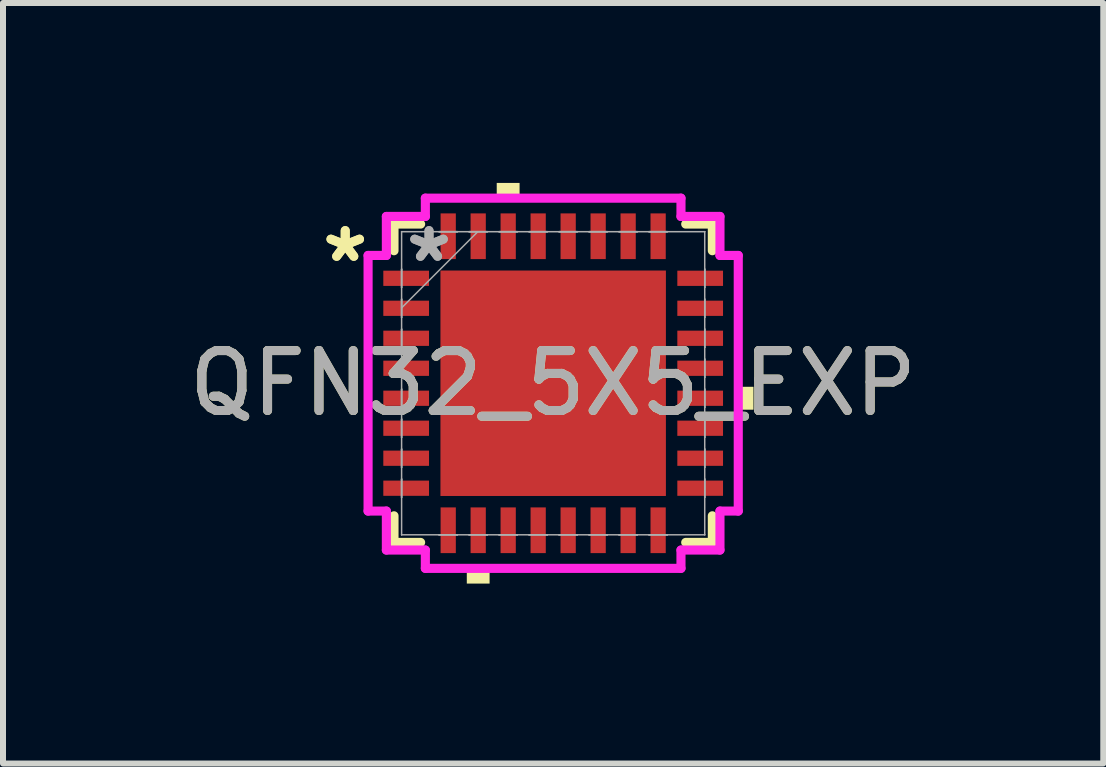
<source format=kicad_pcb>
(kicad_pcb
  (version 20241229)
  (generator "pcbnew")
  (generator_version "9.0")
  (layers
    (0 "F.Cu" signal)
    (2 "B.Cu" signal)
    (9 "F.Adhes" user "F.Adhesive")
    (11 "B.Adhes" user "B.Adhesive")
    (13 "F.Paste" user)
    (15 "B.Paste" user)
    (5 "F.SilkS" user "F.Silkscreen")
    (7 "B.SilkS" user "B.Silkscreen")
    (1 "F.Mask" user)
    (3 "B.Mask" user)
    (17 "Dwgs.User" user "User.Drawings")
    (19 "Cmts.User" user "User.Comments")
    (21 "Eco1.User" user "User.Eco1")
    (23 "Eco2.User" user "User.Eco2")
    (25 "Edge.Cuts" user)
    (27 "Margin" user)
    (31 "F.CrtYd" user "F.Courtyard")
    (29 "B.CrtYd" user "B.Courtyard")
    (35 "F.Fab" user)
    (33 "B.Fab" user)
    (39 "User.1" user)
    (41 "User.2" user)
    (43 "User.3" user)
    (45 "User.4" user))
  (footprint "QFN32_5X5_EXP"
    (layer "F.Cu")
    (at 6.173 3.34)
    (property "Reference" "QFN32_5X5_EXP" (at 0 0 0) (unlocked yes) (layer "F.SilkS") (effects (font (size 1 1) (thickness 0.15))))
    (attr smd)
    (fp_line (start -2.654 -2.654) (end -2.654 -2.21) (stroke (width 0.152) (type solid)) (layer "F.SilkS"))
    (fp_line (start -2.654 2.21) (end -2.654 2.654) (stroke (width 0.152) (type solid)) (layer "F.SilkS"))
    (fp_line (start -2.654 2.654) (end -2.21 2.654) (stroke (width 0.152) (type solid)) (layer "F.SilkS"))
    (fp_line (start -2.21 -2.654) (end -2.654 -2.654) (stroke (width 0.152) (type solid)) (layer "F.SilkS"))
    (fp_line (start 2.21 2.654) (end 2.654 2.654) (stroke (width 0.152) (type solid)) (layer "F.SilkS"))
    (fp_line (start 2.654 -2.654) (end 2.21 -2.654) (stroke (width 0.152) (type solid)) (layer "F.SilkS"))
    (fp_line (start 2.654 -2.21) (end 2.654 -2.654) (stroke (width 0.152) (type solid)) (layer "F.SilkS"))
    (fp_line (start 2.654 2.654) (end 2.654 2.21) (stroke (width 0.152) (type solid)) (layer "F.SilkS"))
    (fp_poly (pts (xy -1.44 3.086) (xy -1.44 3.34) (xy -1.06 3.34) (xy -1.06 3.086)) (stroke (width 0) (type solid)) (fill yes) (layer "F.SilkS"))
    (fp_poly (pts (xy -0.941 -3.086) (xy -0.941 -3.34) (xy -0.56 -3.34) (xy -0.56 -3.086)) (stroke (width 0) (type solid)) (fill yes) (layer "F.SilkS"))
    (fp_poly (pts (xy 3.34 0.059) (xy 3.34 0.441) (xy 3.086 0.441) (xy 3.086 0.059)) (stroke (width 0) (type solid)) (fill yes) (layer "F.SilkS"))
    (fp_poly (pts (xy -1.78 -1.78) (xy -1.78 -0.1) (xy -0.1 -0.1) (xy -0.1 -1.78)) (stroke (width 0) (type solid)) (fill yes) (layer "F.Paste"))
    (fp_poly (pts (xy -1.78 0.1) (xy -1.78 1.78) (xy -0.1 1.78) (xy -0.1 0.1)) (stroke (width 0) (type solid)) (fill yes) (layer "F.Paste"))
    (fp_poly (pts (xy 0.1 -1.78) (xy 0.1 -0.1) (xy 1.78 -0.1) (xy 1.78 -1.78)) (stroke (width 0) (type solid)) (fill yes) (layer "F.Paste"))
    (fp_poly (pts (xy 0.1 0.1) (xy 0.1 1.78) (xy 1.78 1.78) (xy 1.78 0.1)) (stroke (width 0) (type solid)) (fill yes) (layer "F.Paste"))
    (fp_line (start -3.086 -2.131) (end -2.781 -2.131) (stroke (width 0.152) (type solid)) (layer "F.CrtYd"))
    (fp_line (start -3.086 2.131) (end -3.086 -2.131) (stroke (width 0.152) (type solid)) (layer "F.CrtYd"))
    (fp_line (start -2.781 -2.781) (end -2.131 -2.781) (stroke (width 0.152) (type solid)) (layer "F.CrtYd"))
    (fp_line (start -2.781 -2.131) (end -2.781 -2.781) (stroke (width 0.152) (type solid)) (layer "F.CrtYd"))
    (fp_line (start -2.781 2.131) (end -3.086 2.131) (stroke (width 0.152) (type solid)) (layer "F.CrtYd"))
    (fp_line (start -2.781 2.781) (end -2.781 2.131) (stroke (width 0.152) (type solid)) (layer "F.CrtYd"))
    (fp_line (start -2.131 -3.086) (end 2.131 -3.086) (stroke (width 0.152) (type solid)) (layer "F.CrtYd"))
    (fp_line (start -2.131 -2.781) (end -2.131 -3.086) (stroke (width 0.152) (type solid)) (layer "F.CrtYd"))
    (fp_line (start -2.131 2.781) (end -2.781 2.781) (stroke (width 0.152) (type solid)) (layer "F.CrtYd"))
    (fp_line (start -2.131 3.086) (end -2.131 2.781) (stroke (width 0.152) (type solid)) (layer "F.CrtYd"))
    (fp_line (start 2.131 -3.086) (end 2.131 -2.781) (stroke (width 0.152) (type solid)) (layer "F.CrtYd"))
    (fp_line (start 2.131 -2.781) (end 2.781 -2.781) (stroke (width 0.152) (type solid)) (layer "F.CrtYd"))
    (fp_line (start 2.131 2.781) (end 2.131 3.086) (stroke (width 0.152) (type solid)) (layer "F.CrtYd"))
    (fp_line (start 2.131 3.086) (end -2.131 3.086) (stroke (width 0.152) (type solid)) (layer "F.CrtYd"))
    (fp_line (start 2.781 -2.781) (end 2.781 -2.131) (stroke (width 0.152) (type solid)) (layer "F.CrtYd"))
    (fp_line (start 2.781 -2.131) (end 3.086 -2.131) (stroke (width 0.152) (type solid)) (layer "F.CrtYd"))
    (fp_line (start 2.781 2.131) (end 2.781 2.781) (stroke (width 0.152) (type solid)) (layer "F.CrtYd"))
    (fp_line (start 2.781 2.781) (end 2.131 2.781) (stroke (width 0.152) (type solid)) (layer "F.CrtYd"))
    (fp_line (start 3.086 -2.131) (end 3.086 2.131) (stroke (width 0.152) (type solid)) (layer "F.CrtYd"))
    (fp_line (start 3.086 2.131) (end 2.781 2.131) (stroke (width 0.152) (type solid)) (layer "F.CrtYd"))
    (fp_line (start -2.527 -2.527) (end -2.527 -2.527) (stroke (width 0.025) (type solid)) (layer "F.Fab"))
    (fp_line (start -2.527 -2.527) (end -2.527 2.527) (stroke (width 0.025) (type solid)) (layer "F.Fab"))
    (fp_line (start -2.527 -1.902) (end -2.527 -1.902) (stroke (width 0.025) (type solid)) (layer "F.Fab"))
    (fp_line (start -2.527 -1.902) (end -2.527 -1.598) (stroke (width 0.025) (type solid)) (layer "F.Fab"))
    (fp_line (start -2.527 -1.598) (end -2.527 -1.902) (stroke (width 0.025) (type solid)) (layer "F.Fab"))
    (fp_line (start -2.527 -1.598) (end -2.527 -1.598) (stroke (width 0.025) (type solid)) (layer "F.Fab"))
    (fp_line (start -2.527 -1.402) (end -2.527 -1.402) (stroke (width 0.025) (type solid)) (layer "F.Fab"))
    (fp_line (start -2.527 -1.402) (end -2.527 -1.098) (stroke (width 0.025) (type solid)) (layer "F.Fab"))
    (fp_line (start -2.527 -1.257) (end -1.257 -2.527) (stroke (width 0.025) (type solid)) (layer "F.Fab"))
    (fp_line (start -2.527 -1.098) (end -2.527 -1.402) (stroke (width 0.025) (type solid)) (layer "F.Fab"))
    (fp_line (start -2.527 -1.098) (end -2.527 -1.098) (stroke (width 0.025) (type solid)) (layer "F.Fab"))
    (fp_line (start -2.527 -0.902) (end -2.527 -0.902) (stroke (width 0.025) (type solid)) (layer "F.Fab"))
    (fp_line (start -2.527 -0.902) (end -2.527 -0.598) (stroke (width 0.025) (type solid)) (layer "F.Fab"))
    (fp_line (start -2.527 -0.598) (end -2.527 -0.902) (stroke (width 0.025) (type solid)) (layer "F.Fab"))
    (fp_line (start -2.527 -0.598) (end -2.527 -0.598) (stroke (width 0.025) (type solid)) (layer "F.Fab"))
    (fp_line (start -2.527 -0.402) (end -2.527 -0.402) (stroke (width 0.025) (type solid)) (layer "F.Fab"))
    (fp_line (start -2.527 -0.402) (end -2.527 -0.098) (stroke (width 0.025) (type solid)) (layer "F.Fab"))
    (fp_line (start -2.527 -0.098) (end -2.527 -0.402) (stroke (width 0.025) (type solid)) (layer "F.Fab"))
    (fp_line (start -2.527 -0.098) (end -2.527 -0.098) (stroke (width 0.025) (type solid)) (layer "F.Fab"))
    (fp_line (start -2.527 0.098) (end -2.527 0.098) (stroke (width 0.025) (type solid)) (layer "F.Fab"))
    (fp_line (start -2.527 0.098) (end -2.527 0.402) (stroke (width 0.025) (type solid)) (layer "F.Fab"))
    (fp_line (start -2.527 0.402) (end -2.527 0.098) (stroke (width 0.025) (type solid)) (layer "F.Fab"))
    (fp_line (start -2.527 0.402) (end -2.527 0.402) (stroke (width 0.025) (type solid)) (layer "F.Fab"))
    (fp_line (start -2.527 0.598) (end -2.527 0.598) (stroke (width 0.025) (type solid)) (layer "F.Fab"))
    (fp_line (start -2.527 0.598) (end -2.527 0.902) (stroke (width 0.025) (type solid)) (layer "F.Fab"))
    (fp_line (start -2.527 0.902) (end -2.527 0.598) (stroke (width 0.025) (type solid)) (layer "F.Fab"))
    (fp_line (start -2.527 0.902) (end -2.527 0.902) (stroke (width 0.025) (type solid)) (layer "F.Fab"))
    (fp_line (start -2.527 1.098) (end -2.527 1.098) (stroke (width 0.025) (type solid)) (layer "F.Fab"))
    (fp_line (start -2.527 1.098) (end -2.527 1.402) (stroke (width 0.025) (type solid)) (layer "F.Fab"))
    (fp_line (start -2.527 1.402) (end -2.527 1.098) (stroke (width 0.025) (type solid)) (layer "F.Fab"))
    (fp_line (start -2.527 1.402) (end -2.527 1.402) (stroke (width 0.025) (type solid)) (layer "F.Fab"))
    (fp_line (start -2.527 1.598) (end -2.527 1.598) (stroke (width 0.025) (type solid)) (layer "F.Fab"))
    (fp_line (start -2.527 1.598) (end -2.527 1.902) (stroke (width 0.025) (type solid)) (layer "F.Fab"))
    (fp_line (start -2.527 1.902) (end -2.527 1.598) (stroke (width 0.025) (type solid)) (layer "F.Fab"))
    (fp_line (start -2.527 1.902) (end -2.527 1.902) (stroke (width 0.025) (type solid)) (layer "F.Fab"))
    (fp_line (start -2.527 2.527) (end -2.527 2.527) (stroke (width 0.025) (type solid)) (layer "F.Fab"))
    (fp_line (start -2.527 2.527) (end 2.527 2.527) (stroke (width 0.025) (type solid)) (layer "F.Fab"))
    (fp_line (start -1.902 -2.527) (end -1.902 -2.527) (stroke (width 0.025) (type solid)) (layer "F.Fab"))
    (fp_line (start -1.902 -2.527) (end -1.598 -2.527) (stroke (width 0.025) (type solid)) (layer "F.Fab"))
    (fp_line (start -1.902 2.527) (end -1.902 2.527) (stroke (width 0.025) (type solid)) (layer "F.Fab"))
    (fp_line (start -1.902 2.527) (end -1.598 2.527) (stroke (width 0.025) (type solid)) (layer "F.Fab"))
    (fp_line (start -1.598 -2.527) (end -1.902 -2.527) (stroke (width 0.025) (type solid)) (layer "F.Fab"))
    (fp_line (start -1.598 -2.527) (end -1.598 -2.527) (stroke (width 0.025) (type solid)) (layer "F.Fab"))
    (fp_line (start -1.598 2.527) (end -1.902 2.527) (stroke (width 0.025) (type solid)) (layer "F.Fab"))
    (fp_line (start -1.598 2.527) (end -1.598 2.527) (stroke (width 0.025) (type solid)) (layer "F.Fab"))
    (fp_line (start -1.402 -2.527) (end -1.402 -2.527) (stroke (width 0.025) (type solid)) (layer "F.Fab"))
    (fp_line (start -1.402 -2.527) (end -1.098 -2.527) (stroke (width 0.025) (type solid)) (layer "F.Fab"))
    (fp_line (start -1.402 2.527) (end -1.402 2.527) (stroke (width 0.025) (type solid)) (layer "F.Fab"))
    (fp_line (start -1.402 2.527) (end -1.098 2.527) (stroke (width 0.025) (type solid)) (layer "F.Fab"))
    (fp_line (start -1.098 -2.527) (end -1.402 -2.527) (stroke (width 0.025) (type solid)) (layer "F.Fab"))
    (fp_line (start -1.098 -2.527) (end -1.098 -2.527) (stroke (width 0.025) (type solid)) (layer "F.Fab"))
    (fp_line (start -1.098 2.527) (end -1.402 2.527) (stroke (width 0.025) (type solid)) (layer "F.Fab"))
    (fp_line (start -1.098 2.527) (end -1.098 2.527) (stroke (width 0.025) (type solid)) (layer "F.Fab"))
    (fp_line (start -0.902 -2.527) (end -0.902 -2.527) (stroke (width 0.025) (type solid)) (layer "F.Fab"))
    (fp_line (start -0.902 -2.527) (end -0.598 -2.527) (stroke (width 0.025) (type solid)) (layer "F.Fab"))
    (fp_line (start -0.902 2.527) (end -0.902 2.527) (stroke (width 0.025) (type solid)) (layer "F.Fab"))
    (fp_line (start -0.902 2.527) (end -0.598 2.527) (stroke (width 0.025) (type solid)) (layer "F.Fab"))
    (fp_line (start -0.598 -2.527) (end -0.902 -2.527) (stroke (width 0.025) (type solid)) (layer "F.Fab"))
    (fp_line (start -0.598 -2.527) (end -0.598 -2.527) (stroke (width 0.025) (type solid)) (layer "F.Fab"))
    (fp_line (start -0.598 2.527) (end -0.902 2.527) (stroke (width 0.025) (type solid)) (layer "F.Fab"))
    (fp_line (start -0.598 2.527) (end -0.598 2.527) (stroke (width 0.025) (type solid)) (layer "F.Fab"))
    (fp_line (start -0.402 -2.527) (end -0.402 -2.527) (stroke (width 0.025) (type solid)) (layer "F.Fab"))
    (fp_line (start -0.402 -2.527) (end -0.098 -2.527) (stroke (width 0.025) (type solid)) (layer "F.Fab"))
    (fp_line (start -0.402 2.527) (end -0.402 2.527) (stroke (width 0.025) (type solid)) (layer "F.Fab"))
    (fp_line (start -0.402 2.527) (end -0.098 2.527) (stroke (width 0.025) (type solid)) (layer "F.Fab"))
    (fp_line (start -0.098 -2.527) (end -0.402 -2.527) (stroke (width 0.025) (type solid)) (layer "F.Fab"))
    (fp_line (start -0.098 -2.527) (end -0.098 -2.527) (stroke (width 0.025) (type solid)) (layer "F.Fab"))
    (fp_line (start -0.098 2.527) (end -0.402 2.527) (stroke (width 0.025) (type solid)) (layer "F.Fab"))
    (fp_line (start -0.098 2.527) (end -0.098 2.527) (stroke (width 0.025) (type solid)) (layer "F.Fab"))
    (fp_line (start 0.098 -2.527) (end 0.098 -2.527) (stroke (width 0.025) (type solid)) (layer "F.Fab"))
    (fp_line (start 0.098 -2.527) (end 0.402 -2.527) (stroke (width 0.025) (type solid)) (layer "F.Fab"))
    (fp_line (start 0.098 2.527) (end 0.098 2.527) (stroke (width 0.025) (type solid)) (layer "F.Fab"))
    (fp_line (start 0.098 2.527) (end 0.402 2.527) (stroke (width 0.025) (type solid)) (layer "F.Fab"))
    (fp_line (start 0.402 -2.527) (end 0.098 -2.527) (stroke (width 0.025) (type solid)) (layer "F.Fab"))
    (fp_line (start 0.402 -2.527) (end 0.402 -2.527) (stroke (width 0.025) (type solid)) (layer "F.Fab"))
    (fp_line (start 0.402 2.527) (end 0.098 2.527) (stroke (width 0.025) (type solid)) (layer "F.Fab"))
    (fp_line (start 0.402 2.527) (end 0.402 2.527) (stroke (width 0.025) (type solid)) (layer "F.Fab"))
    (fp_line (start 0.598 -2.527) (end 0.598 -2.527) (stroke (width 0.025) (type solid)) (layer "F.Fab"))
    (fp_line (start 0.598 -2.527) (end 0.902 -2.527) (stroke (width 0.025) (type solid)) (layer "F.Fab"))
    (fp_line (start 0.598 2.527) (end 0.598 2.527) (stroke (width 0.025) (type solid)) (layer "F.Fab"))
    (fp_line (start 0.598 2.527) (end 0.902 2.527) (stroke (width 0.025) (type solid)) (layer "F.Fab"))
    (fp_line (start 0.902 -2.527) (end 0.598 -2.527) (stroke (width 0.025) (type solid)) (layer "F.Fab"))
    (fp_line (start 0.902 -2.527) (end 0.902 -2.527) (stroke (width 0.025) (type solid)) (layer "F.Fab"))
    (fp_line (start 0.902 2.527) (end 0.598 2.527) (stroke (width 0.025) (type solid)) (layer "F.Fab"))
    (fp_line (start 0.902 2.527) (end 0.902 2.527) (stroke (width 0.025) (type solid)) (layer "F.Fab"))
    (fp_line (start 1.098 -2.527) (end 1.098 -2.527) (stroke (width 0.025) (type solid)) (layer "F.Fab"))
    (fp_line (start 1.098 -2.527) (end 1.402 -2.527) (stroke (width 0.025) (type solid)) (layer "F.Fab"))
    (fp_line (start 1.098 2.527) (end 1.098 2.527) (stroke (width 0.025) (type solid)) (layer "F.Fab"))
    (fp_line (start 1.098 2.527) (end 1.402 2.527) (stroke (width 0.025) (type solid)) (layer "F.Fab"))
    (fp_line (start 1.402 -2.527) (end 1.098 -2.527) (stroke (width 0.025) (type solid)) (layer "F.Fab"))
    (fp_line (start 1.402 -2.527) (end 1.402 -2.527) (stroke (width 0.025) (type solid)) (layer "F.Fab"))
    (fp_line (start 1.402 2.527) (end 1.098 2.527) (stroke (width 0.025) (type solid)) (layer "F.Fab"))
    (fp_line (start 1.402 2.527) (end 1.402 2.527) (stroke (width 0.025) (type solid)) (layer "F.Fab"))
    (fp_line (start 1.598 -2.527) (end 1.598 -2.527) (stroke (width 0.025) (type solid)) (layer "F.Fab"))
    (fp_line (start 1.598 -2.527) (end 1.902 -2.527) (stroke (width 0.025) (type solid)) (layer "F.Fab"))
    (fp_line (start 1.598 2.527) (end 1.598 2.527) (stroke (width 0.025) (type solid)) (layer "F.Fab"))
    (fp_line (start 1.598 2.527) (end 1.902 2.527) (stroke (width 0.025) (type solid)) (layer "F.Fab"))
    (fp_line (start 1.902 -2.527) (end 1.598 -2.527) (stroke (width 0.025) (type solid)) (layer "F.Fab"))
    (fp_line (start 1.902 -2.527) (end 1.902 -2.527) (stroke (width 0.025) (type solid)) (layer "F.Fab"))
    (fp_line (start 1.902 2.527) (end 1.598 2.527) (stroke (width 0.025) (type solid)) (layer "F.Fab"))
    (fp_line (start 1.902 2.527) (end 1.902 2.527) (stroke (width 0.025) (type solid)) (layer "F.Fab"))
    (fp_line (start 2.527 -2.527) (end -2.527 -2.527) (stroke (width 0.025) (type solid)) (layer "F.Fab"))
    (fp_line (start 2.527 -2.527) (end 2.527 -2.527) (stroke (width 0.025) (type solid)) (layer "F.Fab"))
    (fp_line (start 2.527 -1.902) (end 2.527 -1.902) (stroke (width 0.025) (type solid)) (layer "F.Fab"))
    (fp_line (start 2.527 -1.902) (end 2.527 -1.598) (stroke (width 0.025) (type solid)) (layer "F.Fab"))
    (fp_line (start 2.527 -1.598) (end 2.527 -1.902) (stroke (width 0.025) (type solid)) (layer "F.Fab"))
    (fp_line (start 2.527 -1.598) (end 2.527 -1.598) (stroke (width 0.025) (type solid)) (layer "F.Fab"))
    (fp_line (start 2.527 -1.402) (end 2.527 -1.402) (stroke (width 0.025) (type solid)) (layer "F.Fab"))
    (fp_line (start 2.527 -1.402) (end 2.527 -1.098) (stroke (width 0.025) (type solid)) (layer "F.Fab"))
    (fp_line (start 2.527 -1.098) (end 2.527 -1.402) (stroke (width 0.025) (type solid)) (layer "F.Fab"))
    (fp_line (start 2.527 -1.098) (end 2.527 -1.098) (stroke (width 0.025) (type solid)) (layer "F.Fab"))
    (fp_line (start 2.527 -0.902) (end 2.527 -0.902) (stroke (width 0.025) (type solid)) (layer "F.Fab"))
    (fp_line (start 2.527 -0.902) (end 2.527 -0.598) (stroke (width 0.025) (type solid)) (layer "F.Fab"))
    (fp_line (start 2.527 -0.598) (end 2.527 -0.902) (stroke (width 0.025) (type solid)) (layer "F.Fab"))
    (fp_line (start 2.527 -0.598) (end 2.527 -0.598) (stroke (width 0.025) (type solid)) (layer "F.Fab"))
    (fp_line (start 2.527 -0.402) (end 2.527 -0.402) (stroke (width 0.025) (type solid)) (layer "F.Fab"))
    (fp_line (start 2.527 -0.402) (end 2.527 -0.098) (stroke (width 0.025) (type solid)) (layer "F.Fab"))
    (fp_line (start 2.527 -0.098) (end 2.527 -0.402) (stroke (width 0.025) (type solid)) (layer "F.Fab"))
    (fp_line (start 2.527 -0.098) (end 2.527 -0.098) (stroke (width 0.025) (type solid)) (layer "F.Fab"))
    (fp_line (start 2.527 0.098) (end 2.527 0.098) (stroke (width 0.025) (type solid)) (layer "F.Fab"))
    (fp_line (start 2.527 0.098) (end 2.527 0.402) (stroke (width 0.025) (type solid)) (layer "F.Fab"))
    (fp_line (start 2.527 0.402) (end 2.527 0.098) (stroke (width 0.025) (type solid)) (layer "F.Fab"))
    (fp_line (start 2.527 0.402) (end 2.527 0.402) (stroke (width 0.025) (type solid)) (layer "F.Fab"))
    (fp_line (start 2.527 0.598) (end 2.527 0.598) (stroke (width 0.025) (type solid)) (layer "F.Fab"))
    (fp_line (start 2.527 0.598) (end 2.527 0.902) (stroke (width 0.025) (type solid)) (layer "F.Fab"))
    (fp_line (start 2.527 0.902) (end 2.527 0.598) (stroke (width 0.025) (type solid)) (layer "F.Fab"))
    (fp_line (start 2.527 0.902) (end 2.527 0.902) (stroke (width 0.025) (type solid)) (layer "F.Fab"))
    (fp_line (start 2.527 1.098) (end 2.527 1.098) (stroke (width 0.025) (type solid)) (layer "F.Fab"))
    (fp_line (start 2.527 1.098) (end 2.527 1.402) (stroke (width 0.025) (type solid)) (layer "F.Fab"))
    (fp_line (start 2.527 1.402) (end 2.527 1.098) (stroke (width 0.025) (type solid)) (layer "F.Fab"))
    (fp_line (start 2.527 1.402) (end 2.527 1.402) (stroke (width 0.025) (type solid)) (layer "F.Fab"))
    (fp_line (start 2.527 1.598) (end 2.527 1.598) (stroke (width 0.025) (type solid)) (layer "F.Fab"))
    (fp_line (start 2.527 1.598) (end 2.527 1.902) (stroke (width 0.025) (type solid)) (layer "F.Fab"))
    (fp_line (start 2.527 1.902) (end 2.527 1.598) (stroke (width 0.025) (type solid)) (layer "F.Fab"))
    (fp_line (start 2.527 1.902) (end 2.527 1.902) (stroke (width 0.025) (type solid)) (layer "F.Fab"))
    (fp_line (start 2.527 2.527) (end 2.527 -2.527) (stroke (width 0.025) (type solid)) (layer "F.Fab"))
    (fp_line (start 2.527 2.527) (end 2.527 2.527) (stroke (width 0.025) (type solid)) (layer "F.Fab"))
    (fp_text user "*" (at -3.467 -2 0) (layer "F.SilkS") (effects (font (size 1 1) (thickness 0.15))))
    (fp_text user "*" (at -3.467 -2 0) (unlocked yes) (layer "F.SilkS") (effects (font (size 1 1) (thickness 0.15))))
    (fp_text user "*" (at -2.07 -2 0) (unlocked yes) (layer "F.Fab") (effects (font (size 1 1) (thickness 0.15))))
    (fp_text user "${REFERENCE}" (at 0 0 0) (unlocked yes) (layer "F.Fab") (effects (font (size 1 1) (thickness 0.15))))
    (fp_text user "*" (at -2.07 -2 0) (layer "F.Fab") (effects (font (size 1 1) (thickness 0.15))))
    (pad "1" smd rect (at -2.451 -1.75 90) (size 0.254 0.762) (layers "F.Cu" "F.Mask" "F.Paste"))
    (pad "2" smd rect (at -2.451 -1.25 90) (size 0.254 0.762) (layers "F.Cu" "F.Mask" "F.Paste"))
    (pad "3" smd rect (at -2.451 -0.75 90) (size 0.254 0.762) (layers "F.Cu" "F.Mask" "F.Paste"))
    (pad "4" smd rect (at -2.451 -0.25 90) (size 0.254 0.762) (layers "F.Cu" "F.Mask" "F.Paste"))
    (pad "5" smd rect (at -2.451 0.25 90) (size 0.254 0.762) (layers "F.Cu" "F.Mask" "F.Paste"))
    (pad "6" smd rect (at -2.451 0.75 90) (size 0.254 0.762) (layers "F.Cu" "F.Mask" "F.Paste"))
    (pad "7" smd rect (at -2.451 1.25 90) (size 0.254 0.762) (layers "F.Cu" "F.Mask" "F.Paste"))
    (pad "8" smd rect (at -2.451 1.75 90) (size 0.254 0.762) (layers "F.Cu" "F.Mask" "F.Paste"))
    (pad "9" smd rect (at -1.75 2.451) (size 0.254 0.762) (layers "F.Cu" "F.Mask" "F.Paste"))
    (pad "10" smd rect (at -1.25 2.451) (size 0.254 0.762) (layers "F.Cu" "F.Mask" "F.Paste"))
    (pad "11" smd rect (at -0.75 2.451) (size 0.254 0.762) (layers "F.Cu" "F.Mask" "F.Paste"))
    (pad "12" smd rect (at -0.25 2.451) (size 0.254 0.762) (layers "F.Cu" "F.Mask" "F.Paste"))
    (pad "13" smd rect (at 0.25 2.451) (size 0.254 0.762) (layers "F.Cu" "F.Mask" "F.Paste"))
    (pad "14" smd rect (at 0.75 2.451) (size 0.254 0.762) (layers "F.Cu" "F.Mask" "F.Paste"))
    (pad "15" smd rect (at 1.25 2.451) (size 0.254 0.762) (layers "F.Cu" "F.Mask" "F.Paste"))
    (pad "16" smd rect (at 1.75 2.451) (size 0.254 0.762) (layers "F.Cu" "F.Mask" "F.Paste"))
    (pad "17" smd rect (at 2.451 1.75 90) (size 0.254 0.762) (layers "F.Cu" "F.Mask" "F.Paste"))
    (pad "18" smd rect (at 2.451 1.25 90) (size 0.254 0.762) (layers "F.Cu" "F.Mask" "F.Paste"))
    (pad "19" smd rect (at 2.451 0.75 90) (size 0.254 0.762) (layers "F.Cu" "F.Mask" "F.Paste"))
    (pad "20" smd rect (at 2.451 0.25 90) (size 0.254 0.762) (layers "F.Cu" "F.Mask" "F.Paste"))
    (pad "21" smd rect (at 2.451 -0.25 90) (size 0.254 0.762) (layers "F.Cu" "F.Mask" "F.Paste"))
    (pad "22" smd rect (at 2.451 -0.75 90) (size 0.254 0.762) (layers "F.Cu" "F.Mask" "F.Paste"))
    (pad "23" smd rect (at 2.451 -1.25 90) (size 0.254 0.762) (layers "F.Cu" "F.Mask" "F.Paste"))
    (pad "24" smd rect (at 2.451 -1.75 90) (size 0.254 0.762) (layers "F.Cu" "F.Mask" "F.Paste"))
    (pad "25" smd rect (at 1.75 -2.451) (size 0.254 0.762) (layers "F.Cu" "F.Mask" "F.Paste"))
    (pad "26" smd rect (at 1.25 -2.451) (size 0.254 0.762) (layers "F.Cu" "F.Mask" "F.Paste"))
    (pad "27" smd rect (at 0.75 -2.451) (size 0.254 0.762) (layers "F.Cu" "F.Mask" "F.Paste"))
    (pad "28" smd rect (at 0.25 -2.451) (size 0.254 0.762) (layers "F.Cu" "F.Mask" "F.Paste"))
    (pad "29" smd rect (at -0.25 -2.451) (size 0.254 0.762) (layers "F.Cu" "F.Mask" "F.Paste"))
    (pad "30" smd rect (at -0.75 -2.451) (size 0.254 0.762) (layers "F.Cu" "F.Mask" "F.Paste"))
    (pad "31" smd rect (at -1.25 -2.451) (size 0.254 0.762) (layers "F.Cu" "F.Mask" "F.Paste"))
    (pad "32" smd rect (at -1.75 -2.451) (size 0.254 0.762) (layers "F.Cu" "F.Mask" "F.Paste"))
    (pad "33" smd rect (at 0 0) (size 3.759 3.759) (layers "F.Cu" "F.Mask" "F.Paste")))
  (gr_rect
    (start -3 -3)
    (end 15.345 9.68)
    (stroke (width 0.1) (type default))
    (fill no)
    (layer "Edge.Cuts")))
</source>
